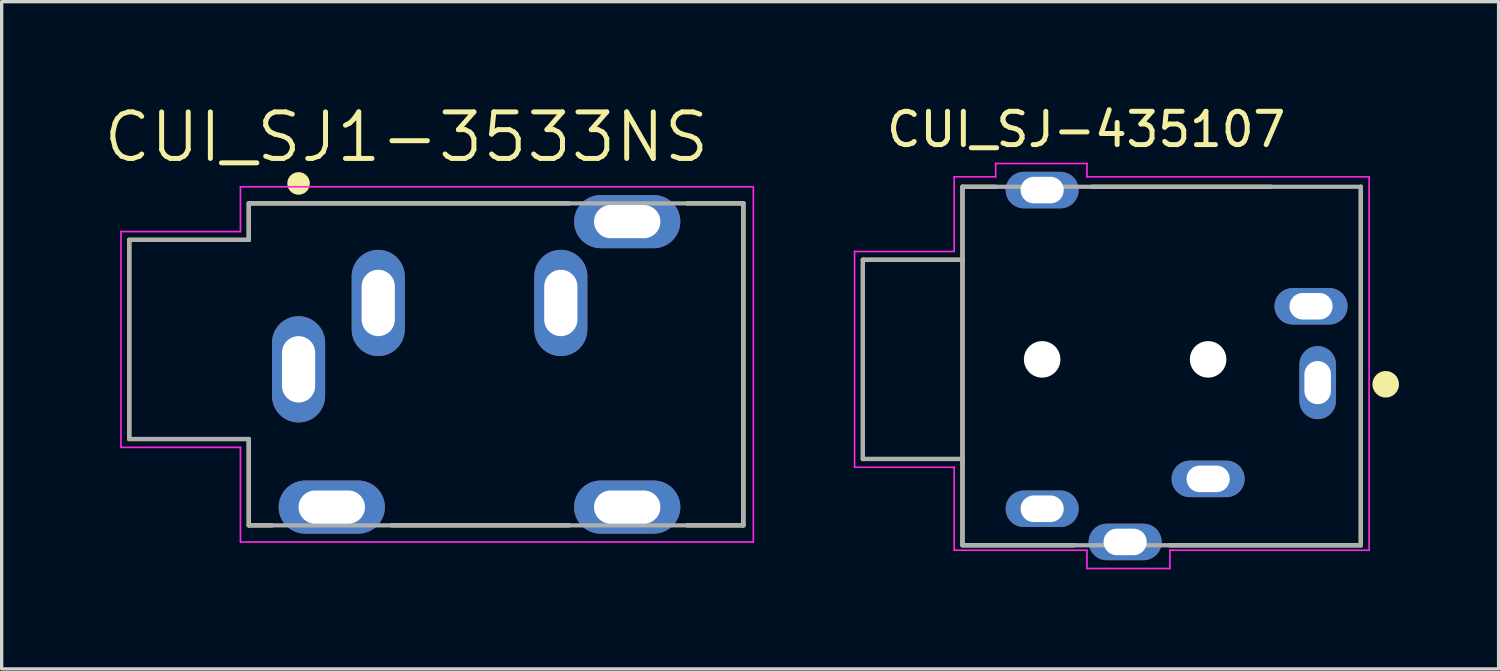
<source format=kicad_pcb>
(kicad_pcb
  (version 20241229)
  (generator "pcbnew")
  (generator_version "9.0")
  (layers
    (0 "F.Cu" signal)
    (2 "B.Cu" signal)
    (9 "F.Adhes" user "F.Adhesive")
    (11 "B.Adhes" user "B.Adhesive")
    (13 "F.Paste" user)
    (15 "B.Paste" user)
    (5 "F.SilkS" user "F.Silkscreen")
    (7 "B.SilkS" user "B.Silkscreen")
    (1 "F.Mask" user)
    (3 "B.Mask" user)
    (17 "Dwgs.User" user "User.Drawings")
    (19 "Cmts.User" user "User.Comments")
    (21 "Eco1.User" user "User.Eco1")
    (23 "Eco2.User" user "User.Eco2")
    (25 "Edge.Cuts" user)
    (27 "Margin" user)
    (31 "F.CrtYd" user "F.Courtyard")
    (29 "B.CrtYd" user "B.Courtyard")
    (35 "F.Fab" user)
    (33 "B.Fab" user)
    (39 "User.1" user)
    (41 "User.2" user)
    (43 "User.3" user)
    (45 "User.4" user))
  (footprint "CUI_SJ-435107"
    (layer "F.Cu")
    (at 31.944 7.776)
    (property "Reference" "CUI_SJ-435107" (at -2.272 -6.926 0) (layer "F.SilkS") (effects (font (size 1.003 1.003) (thickness 0.15))))
    (attr through_hole)
    (fp_line (start -9 -3) (end -9 3) (stroke (width 0.127) (type solid)) (layer "F.SilkS"))
    (fp_line (start -9 3) (end -6 3) (stroke (width 0.127) (type solid)) (layer "F.SilkS"))
    (fp_line (start -6 -5.2) (end -6 -3) (stroke (width 0.127) (type solid)) (layer "F.SilkS"))
    (fp_line (start -6 -3) (end -9 -3) (stroke (width 0.127) (type solid)) (layer "F.SilkS"))
    (fp_line (start -6 -3) (end -6 3) (stroke (width 0.127) (type solid)) (layer "F.SilkS"))
    (fp_line (start -6 3) (end -6 5.6) (stroke (width 0.127) (type solid)) (layer "F.SilkS"))
    (fp_line (start -6 5.6) (end -2.65 5.6) (stroke (width 0.127) (type solid)) (layer "F.SilkS"))
    (fp_line (start -5 -5.2) (end -6 -5.2) (stroke (width 0.127) (type solid)) (layer "F.SilkS"))
    (fp_line (start 0.25 5.6) (end 6 5.6) (stroke (width 0.127) (type solid)) (layer "F.SilkS"))
    (fp_line (start 3.3 -5.2) (end -2.1 -5.2) (stroke (width 0.127) (type solid)) (layer "F.SilkS"))
    (fp_line (start 6 5.6) (end 6 -5.2) (stroke (width 0.127) (type solid)) (layer "F.SilkS"))
    (fp_circle (center 6.75 0.75) (end 6.95 0.75) (stroke (width 0.4) (type solid)) (fill no) (layer "F.SilkS"))
    (fp_line (start -9.25 -3.25) (end -6.25 -3.25) (stroke (width 0.05) (type solid)) (layer "F.CrtYd"))
    (fp_line (start -9.25 3.25) (end -9.25 -3.25) (stroke (width 0.05) (type solid)) (layer "F.CrtYd"))
    (fp_line (start -6.25 -5.5) (end -5 -5.5) (stroke (width 0.05) (type solid)) (layer "F.CrtYd"))
    (fp_line (start -6.25 -3.25) (end -6.25 -5.5) (stroke (width 0.05) (type solid)) (layer "F.CrtYd"))
    (fp_line (start -6.25 3.25) (end -9.25 3.25) (stroke (width 0.05) (type solid)) (layer "F.CrtYd"))
    (fp_line (start -6.25 5.75) (end -6.25 3.25) (stroke (width 0.05) (type solid)) (layer "F.CrtYd"))
    (fp_line (start -5 -5.9) (end -2.25 -5.9) (stroke (width 0.05) (type solid)) (layer "F.CrtYd"))
    (fp_line (start -5 -5.5) (end -5 -5.9) (stroke (width 0.05) (type solid)) (layer "F.CrtYd"))
    (fp_line (start -2.25 -5.9) (end -2.25 -5.5) (stroke (width 0.05) (type solid)) (layer "F.CrtYd"))
    (fp_line (start -2.25 -5.5) (end 6.25 -5.5) (stroke (width 0.05) (type solid)) (layer "F.CrtYd"))
    (fp_line (start -2.25 5.75) (end -6.25 5.75) (stroke (width 0.05) (type solid)) (layer "F.CrtYd"))
    (fp_line (start -2.25 6.3) (end -2.25 5.75) (stroke (width 0.05) (type solid)) (layer "F.CrtYd"))
    (fp_line (start 0.25 5.75) (end 0.25 6.3) (stroke (width 0.05) (type solid)) (layer "F.CrtYd"))
    (fp_line (start 0.25 6.3) (end -2.25 6.3) (stroke (width 0.05) (type solid)) (layer "F.CrtYd"))
    (fp_line (start 6.25 -5.5) (end 6.25 5.75) (stroke (width 0.05) (type solid)) (layer "F.CrtYd"))
    (fp_line (start 6.25 5.75) (end 0.25 5.75) (stroke (width 0.05) (type solid)) (layer "F.CrtYd"))
    (fp_line (start -9 -3) (end -9 3) (stroke (width 0.127) (type solid)) (layer "F.Fab"))
    (fp_line (start -6 -5.2) (end 6 -5.2) (stroke (width 0.127) (type solid)) (layer "F.Fab"))
    (fp_line (start -6 -3) (end -9 -3) (stroke (width 0.127) (type solid)) (layer "F.Fab"))
    (fp_line (start -6 -3) (end -6 -5.2) (stroke (width 0.127) (type solid)) (layer "F.Fab"))
    (fp_line (start -6 3) (end -9 3) (stroke (width 0.127) (type solid)) (layer "F.Fab"))
    (fp_line (start -6 3) (end -6 -3) (stroke (width 0.127) (type solid)) (layer "F.Fab"))
    (fp_line (start -6 5.6) (end -6 3) (stroke (width 0.127) (type solid)) (layer "F.Fab"))
    (fp_line (start 6 -5.2) (end 6 5.6) (stroke (width 0.127) (type solid)) (layer "F.Fab"))
    (fp_line (start 6 5.6) (end -6 5.6) (stroke (width 0.127) (type solid)) (layer "F.Fab"))
    (pad "" np_thru_hole circle (at -3.6 0) (size 1.1 1.1) (drill 1.1) (layers "*.Cu" "*.Mask"))
    (pad "" np_thru_hole circle (at 1.4 0) (size 1.1 1.1) (drill 1.1) (layers "*.Cu" "*.Mask"))
    (pad "1" thru_hole oval (at 4.7 0.7) (size 1.1 2.2) (drill oval 0.8 1.3) (layers "*.Cu" "*.Mask"))
    (pad "2" thru_hole oval (at 1.4 3.6) (size 2.2 1.1) (drill oval 1.3 0.8) (layers "*.Cu" "*.Mask"))
    (pad "3" thru_hole oval (at 4.5 -1.6) (size 2.2 1.1) (drill oval 1.3 0.8) (layers "*.Cu" "*.Mask"))
    (pad "4" thru_hole oval (at -3.6 4.5) (size 2.2 1.1) (drill oval 1.3 0.8) (layers "*.Cu" "*.Mask"))
    (pad "SH1" thru_hole oval (at -3.6 -5.1) (size 2.2 1.1) (drill oval 1.3 0.8) (layers "*.Cu" "*.Mask"))
    (pad "SH1" thru_hole oval (at -1.1 5.5) (size 2.2 1.1) (drill oval 1.3 0.8) (layers "*.Cu" "*.Mask")))
  (footprint "CUI_SJ1-3533NS"
    (layer "F.Cu")
    (at 5.944 8.076)
    (property "Reference" "CUI_SJ1-3533NS" (at 3.247 -6.994 0) (layer "F.SilkS") (effects (font (size 1.401 1.401) (thickness 0.15))))
    (attr through_hole)
    (fp_line (start -5.1 -3.9) (end -1.5 -3.9) (stroke (width 0.127) (type solid)) (layer "F.SilkS"))
    (fp_line (start -5.1 2.1) (end -5.1 -3.9) (stroke (width 0.127) (type solid)) (layer "F.SilkS"))
    (fp_line (start -1.5 -5) (end 8.15 -5) (stroke (width 0.127) (type solid)) (layer "F.SilkS"))
    (fp_line (start -1.5 -3.9) (end -1.5 -5) (stroke (width 0.127) (type solid)) (layer "F.SilkS"))
    (fp_line (start -1.5 2.1) (end -5.1 2.1) (stroke (width 0.127) (type solid)) (layer "F.SilkS"))
    (fp_line (start -1.5 4.7) (end -1.5 2.1) (stroke (width 0.127) (type solid)) (layer "F.SilkS"))
    (fp_line (start -1.5 4.7) (end -0.8 4.7) (stroke (width 0.127) (type solid)) (layer "F.SilkS"))
    (fp_line (start 2.8 4.7) (end 8.15 4.7) (stroke (width 0.127) (type solid)) (layer "F.SilkS"))
    (fp_line (start 11.7 4.7) (end 13.4 4.7) (stroke (width 0.127) (type solid)) (layer "F.SilkS"))
    (fp_line (start 13.4 -5) (end 11.7 -5) (stroke (width 0.127) (type solid)) (layer "F.SilkS"))
    (fp_line (start 13.4 -5) (end 13.4 4.7) (stroke (width 0.127) (type solid)) (layer "F.SilkS"))
    (fp_circle (center 0 -5.6) (end 0.17 -5.6) (stroke (width 0.34) (type solid)) (fill no) (layer "F.SilkS"))
    (fp_line (start -5.35 -4.15) (end -1.75 -4.15) (stroke (width 0.05) (type solid)) (layer "F.CrtYd"))
    (fp_line (start -5.35 2.35) (end -5.35 -4.15) (stroke (width 0.05) (type solid)) (layer "F.CrtYd"))
    (fp_line (start -1.75 -5.5) (end 13.7 -5.5) (stroke (width 0.05) (type solid)) (layer "F.CrtYd"))
    (fp_line (start -1.75 -4.15) (end -1.75 -5.5) (stroke (width 0.05) (type solid)) (layer "F.CrtYd"))
    (fp_line (start -1.75 2.35) (end -5.35 2.35) (stroke (width 0.05) (type solid)) (layer "F.CrtYd"))
    (fp_line (start -1.75 5.2) (end -1.75 2.35) (stroke (width 0.05) (type solid)) (layer "F.CrtYd"))
    (fp_line (start 13.7 -5.5) (end 13.7 5.2) (stroke (width 0.05) (type solid)) (layer "F.CrtYd"))
    (fp_line (start 13.7 5.2) (end -1.75 5.2) (stroke (width 0.05) (type solid)) (layer "F.CrtYd"))
    (fp_line (start -5.1 -3.9) (end -1.5 -3.9) (stroke (width 0.127) (type solid)) (layer "F.Fab"))
    (fp_line (start -5.1 2.1) (end -5.1 -3.9) (stroke (width 0.127) (type solid)) (layer "F.Fab"))
    (fp_line (start -1.5 -5) (end 13.4 -5) (stroke (width 0.127) (type solid)) (layer "F.Fab"))
    (fp_line (start -1.5 -3.9) (end -1.5 -5) (stroke (width 0.127) (type solid)) (layer "F.Fab"))
    (fp_line (start -1.5 2.1) (end -5.1 2.1) (stroke (width 0.127) (type solid)) (layer "F.Fab"))
    (fp_line (start -1.5 4.7) (end -1.5 2.1) (stroke (width 0.127) (type solid)) (layer "F.Fab"))
    (fp_line (start 13.4 -5) (end 13.4 4.7) (stroke (width 0.127) (type solid)) (layer "F.Fab"))
    (fp_line (start 13.4 4.7) (end -1.5 4.7) (stroke (width 0.127) (type solid)) (layer "F.Fab"))
    (pad "1" thru_hole oval (at 0 0) (size 1.6 3.2) (drill oval 1 2) (layers "*.Cu" "*.Mask"))
    (pad "2" thru_hole oval (at 2.4 -2) (size 1.6 3.2) (drill oval 1 2) (layers "*.Cu" "*.Mask"))
    (pad "3" thru_hole oval (at 7.9 -2) (size 1.6 3.2) (drill oval 1 2) (layers "*.Cu" "*.Mask"))
    (pad "S1" thru_hole oval (at 1 4.15) (size 3.2 1.6) (drill oval 2 1) (layers "*.Cu" "*.Mask"))
    (pad "S2" thru_hole oval (at 9.9 4.15) (size 3.2 1.6) (drill oval 2 1) (layers "*.Cu" "*.Mask"))
    (pad "S3" thru_hole oval (at 9.9 -4.45) (size 3.2 1.6) (drill oval 2 1) (layers "*.Cu" "*.Mask")))
  (gr_rect
    (start -3 -3)
    (end 42.094 17.101)
    (stroke (width 0.1) (type default))
    (fill no)
    (layer "Edge.Cuts")))
</source>
